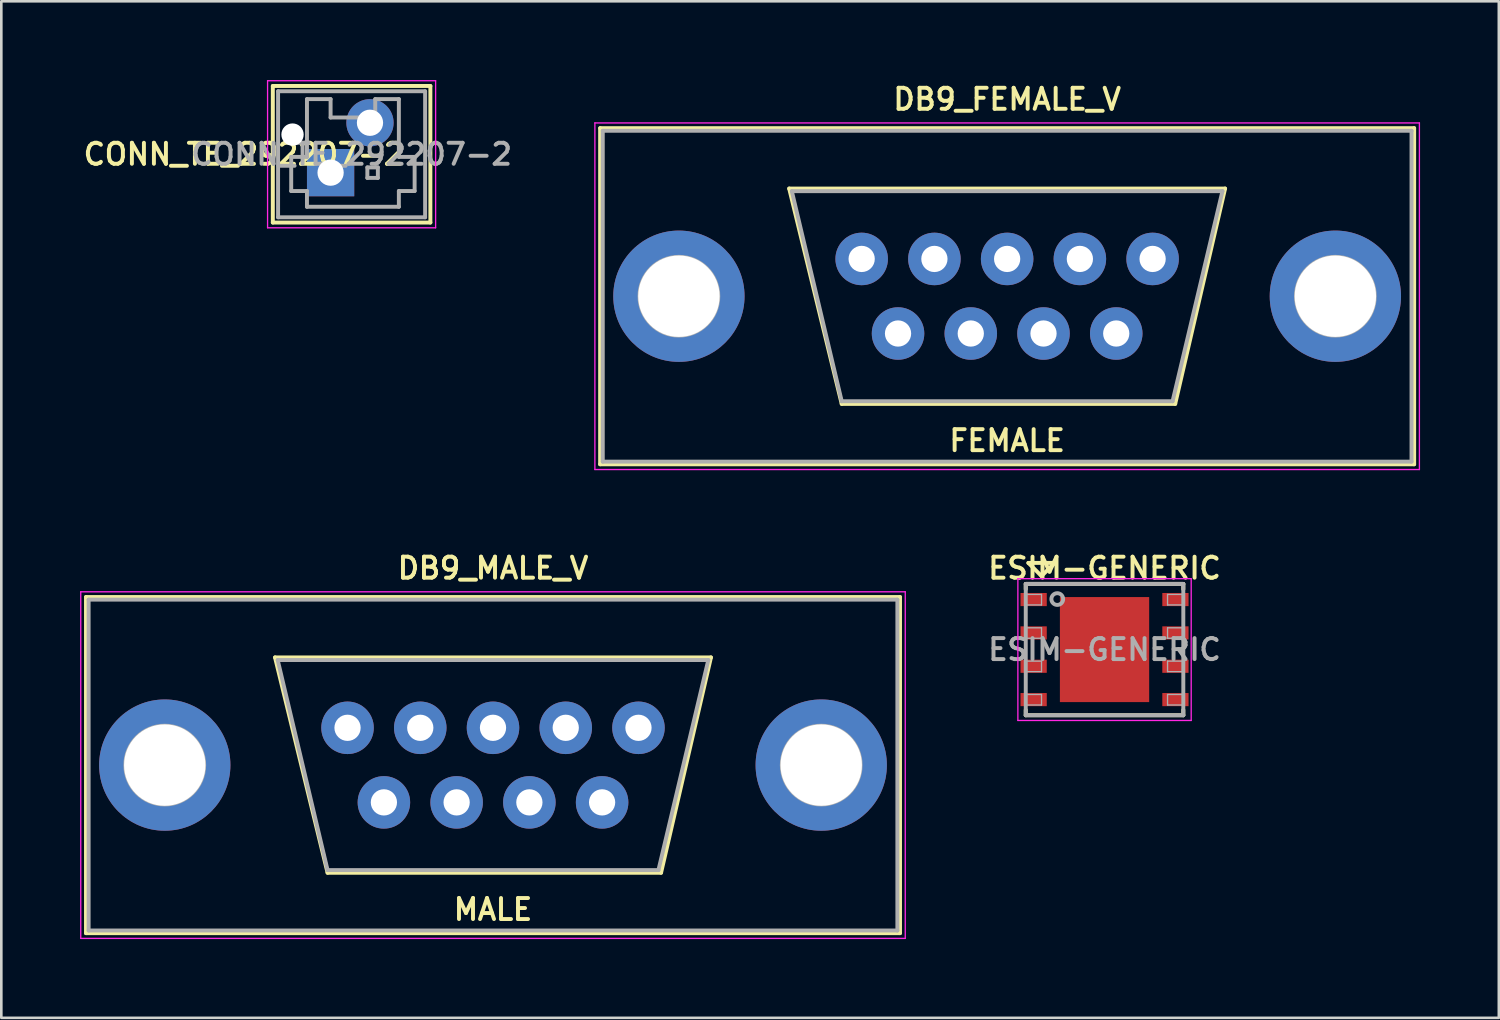
<source format=kicad_pcb>
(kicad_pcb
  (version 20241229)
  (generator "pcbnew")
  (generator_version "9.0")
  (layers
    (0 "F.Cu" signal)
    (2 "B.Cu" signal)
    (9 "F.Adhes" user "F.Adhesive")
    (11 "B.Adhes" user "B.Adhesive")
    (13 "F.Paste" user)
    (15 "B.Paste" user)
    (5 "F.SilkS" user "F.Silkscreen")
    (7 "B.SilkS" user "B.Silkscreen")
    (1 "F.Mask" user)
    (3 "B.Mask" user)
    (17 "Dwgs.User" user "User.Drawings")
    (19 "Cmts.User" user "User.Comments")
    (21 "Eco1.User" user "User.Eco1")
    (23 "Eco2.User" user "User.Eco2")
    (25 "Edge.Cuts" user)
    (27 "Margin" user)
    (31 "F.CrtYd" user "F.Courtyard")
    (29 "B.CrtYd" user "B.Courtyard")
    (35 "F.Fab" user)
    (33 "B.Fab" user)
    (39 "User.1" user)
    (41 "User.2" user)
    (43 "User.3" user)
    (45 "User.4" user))
  (footprint "DB9_MALE_V"
    (layer "F.Cu")
    (at 15.725 26.087)
    (property "Reference" "DB9_MALE_V" (at 0 -7.5 0) (layer "F.SilkS") (effects (font (size 0.8 0.8) (thickness 0.15))))
    (attr through_hole)
    (fp_line (start -15.5 -6.4) (end 15.5 -6.4) (stroke (width 0.15) (type solid)) (layer "F.SilkS"))
    (fp_line (start -15.5 6.4) (end -15.5 -6.4) (stroke (width 0.15) (type solid)) (layer "F.SilkS"))
    (fp_line (start -8.3 -4.1) (end -6.3 4.1) (stroke (width 0.15) (type solid)) (layer "F.SilkS"))
    (fp_line (start -6.3 4.1) (end 6.4 4.1) (stroke (width 0.15) (type solid)) (layer "F.SilkS"))
    (fp_line (start 6.4 4.1) (end 8.3 -4.1) (stroke (width 0.15) (type solid)) (layer "F.SilkS"))
    (fp_line (start 8.3 -4.1) (end -8.3 -4.1) (stroke (width 0.15) (type solid)) (layer "F.SilkS"))
    (fp_line (start 15.5 -6.4) (end 15.5 6.4) (stroke (width 0.15) (type solid)) (layer "F.SilkS"))
    (fp_line (start 15.5 6.4) (end -15.5 6.4) (stroke (width 0.15) (type solid)) (layer "F.SilkS"))
    (fp_line (start -15.7 -6.6) (end 15.7 -6.6) (stroke (width 0.05) (type solid)) (layer "F.CrtYd"))
    (fp_line (start -15.7 6.6) (end -15.7 -6.6) (stroke (width 0.05) (type solid)) (layer "F.CrtYd"))
    (fp_line (start 15.7 -6.6) (end 15.7 6.6) (stroke (width 0.05) (type solid)) (layer "F.CrtYd"))
    (fp_line (start 15.7 6.6) (end -15.7 6.6) (stroke (width 0.05) (type solid)) (layer "F.CrtYd"))
    (fp_line (start -15.4 -6.3) (end -15.4 6.3) (stroke (width 0.15) (type solid)) (layer "F.Fab"))
    (fp_line (start -15.4 6.3) (end 15.4 6.3) (stroke (width 0.15) (type solid)) (layer "F.Fab"))
    (fp_line (start -8.2 -4) (end 8.2 -4) (stroke (width 0.15) (type solid)) (layer "F.Fab"))
    (fp_line (start -6.3 4) (end -8.2 -4) (stroke (width 0.15) (type solid)) (layer "F.Fab"))
    (fp_line (start 6.3 4) (end -6.3 4) (stroke (width 0.15) (type solid)) (layer "F.Fab"))
    (fp_line (start 8.2 -4) (end 6.3 4) (stroke (width 0.15) (type solid)) (layer "F.Fab"))
    (fp_line (start 15.4 -6.3) (end -15.4 -6.3) (stroke (width 0.15) (type solid)) (layer "F.Fab"))
    (fp_line (start 15.4 6.3) (end 15.4 -6.3) (stroke (width 0.15) (type solid)) (layer "F.Fab"))
    (fp_circle (center -12.5 0) (end -11 0) (stroke (width 0.15) (type solid)) (fill no) (layer "F.Fab"))
    (fp_circle (center 12.5 0) (end 14 0) (stroke (width 0.15) (type solid)) (fill no) (layer "F.Fab"))
    (fp_text user "MALE" (at 0 5.5 0) (layer "F.SilkS") (effects (font (size 0.8 0.8) (thickness 0.15))))
    (pad "" np_thru_hole circle (at -12.5 0) (size 5 5) (drill 3.1) (layers "*.Cu" "*.Mask"))
    (pad "" np_thru_hole circle (at 12.5 0) (size 5 5) (drill 3.1) (layers "*.Cu" "*.Mask"))
    (pad "1" thru_hole circle (at -5.54 -1.42) (size 2 2) (drill 1) (layers "*.Cu" "*.Mask"))
    (pad "2" thru_hole circle (at -2.77 -1.42) (size 2 2) (drill 1) (layers "*.Cu" "*.Mask"))
    (pad "3" thru_hole circle (at 0 -1.42) (size 2 2) (drill 1) (layers "*.Cu" "*.Mask"))
    (pad "4" thru_hole circle (at 2.77 -1.42) (size 2 2) (drill 1) (layers "*.Cu" "*.Mask"))
    (pad "5" thru_hole circle (at 5.54 -1.42) (size 2 2) (drill 1) (layers "*.Cu" "*.Mask"))
    (pad "6" thru_hole circle (at -4.155 1.42) (size 2 2) (drill 1) (layers "*.Cu" "*.Mask"))
    (pad "7" thru_hole circle (at -1.385 1.42) (size 2 2) (drill 1) (layers "*.Cu" "*.Mask"))
    (pad "8" thru_hole circle (at 1.385 1.42) (size 2 2) (drill 1) (layers "*.Cu" "*.Mask"))
    (pad "9" thru_hole circle (at 4.155 1.42) (size 2 2) (drill 1) (layers "*.Cu" "*.Mask")))
  (footprint "CONN_TE_292207-2"
    (layer "F.Cu")
    (at 10.34 2.825)
    (property "Reference" "CONN_TE_292207-2" (at -4.1 0 0) (layer "F.SilkS") (effects (font (size 0.8 0.8) (thickness 0.15))))
    (attr through_hole)
    (fp_line (start -3 -2.6) (end 3 -2.6) (stroke (width 0.15) (type solid)) (layer "F.SilkS"))
    (fp_line (start -3 2.6) (end -3 -2.6) (stroke (width 0.15) (type solid)) (layer "F.SilkS"))
    (fp_line (start 3 -2.6) (end 3 2.6) (stroke (width 0.15) (type solid)) (layer "F.SilkS"))
    (fp_line (start 3 2.6) (end -3 2.6) (stroke (width 0.15) (type solid)) (layer "F.SilkS"))
    (fp_line (start -3.2 -2.8) (end 3.2 -2.8) (stroke (width 0.05) (type solid)) (layer "F.CrtYd"))
    (fp_line (start -3.2 2.8) (end -3.2 -2.8) (stroke (width 0.05) (type solid)) (layer "F.CrtYd"))
    (fp_line (start 3.2 -2.8) (end 3.2 2.8) (stroke (width 0.05) (type solid)) (layer "F.CrtYd"))
    (fp_line (start 3.2 2.8) (end -3.2 2.8) (stroke (width 0.05) (type solid)) (layer "F.CrtYd"))
    (fp_line (start -2.8 -2.4) (end -2.8 2.4) (stroke (width 0.15) (type solid)) (layer "F.Fab"))
    (fp_line (start -2.8 2.4) (end 2.8 2.4) (stroke (width 0.15) (type solid)) (layer "F.Fab"))
    (fp_line (start -2.3 0.1) (end -2.3 1.4) (stroke (width 0.15) (type solid)) (layer "F.Fab"))
    (fp_line (start -2.3 1.4) (end -1.7 1.4) (stroke (width 0.15) (type solid)) (layer "F.Fab"))
    (fp_line (start -1.7 0.1) (end -2.3 0.1) (stroke (width 0.15) (type solid)) (layer "F.Fab"))
    (fp_line (start -1.7 0.1) (end -1.7 -2.1) (stroke (width 0.15) (type solid)) (layer "F.Fab"))
    (fp_line (start -1.7 1.4) (end -1.7 2) (stroke (width 0.15) (type solid)) (layer "F.Fab"))
    (fp_line (start -1.7 2) (end 1.8 2) (stroke (width 0.15) (type solid)) (layer "F.Fab"))
    (fp_line (start -1 0.5) (end -0.6 0.5) (stroke (width 0.15) (type solid)) (layer "F.Fab"))
    (fp_line (start -1 0.9) (end -1 0.5) (stroke (width 0.15) (type solid)) (layer "F.Fab"))
    (fp_line (start -0.8 -2.1) (end -1.7 -2.1) (stroke (width 0.15) (type solid)) (layer "F.Fab"))
    (fp_line (start -0.8 -1.4) (end -0.8 -2.1) (stroke (width 0.15) (type solid)) (layer "F.Fab"))
    (fp_line (start -0.6 0.5) (end -0.6 0.9) (stroke (width 0.15) (type solid)) (layer "F.Fab"))
    (fp_line (start -0.6 0.9) (end -1 0.9) (stroke (width 0.15) (type solid)) (layer "F.Fab"))
    (fp_line (start 0.6 0.5) (end 0.6 0.9) (stroke (width 0.15) (type solid)) (layer "F.Fab"))
    (fp_line (start 0.6 0.9) (end 1 0.9) (stroke (width 0.15) (type solid)) (layer "F.Fab"))
    (fp_line (start 0.9 -2.1) (end 0.9 -1.4) (stroke (width 0.15) (type solid)) (layer "F.Fab"))
    (fp_line (start 0.9 -1.4) (end -0.8 -1.4) (stroke (width 0.15) (type solid)) (layer "F.Fab"))
    (fp_line (start 1 0.5) (end 0.6 0.5) (stroke (width 0.15) (type solid)) (layer "F.Fab"))
    (fp_line (start 1 0.9) (end 1 0.5) (stroke (width 0.15) (type solid)) (layer "F.Fab"))
    (fp_line (start 1.8 -2.1) (end 0.9 -2.1) (stroke (width 0.15) (type solid)) (layer "F.Fab"))
    (fp_line (start 1.8 0.1) (end 1.8 -2.1) (stroke (width 0.15) (type solid)) (layer "F.Fab"))
    (fp_line (start 1.8 1.4) (end 2.4 1.4) (stroke (width 0.15) (type solid)) (layer "F.Fab"))
    (fp_line (start 1.8 2) (end 1.8 1.4) (stroke (width 0.15) (type solid)) (layer "F.Fab"))
    (fp_line (start 2.4 0.1) (end 1.8 0.1) (stroke (width 0.15) (type solid)) (layer "F.Fab"))
    (fp_line (start 2.4 1.4) (end 2.4 0.1) (stroke (width 0.15) (type solid)) (layer "F.Fab"))
    (fp_line (start 2.8 -2.4) (end -2.8 -2.4) (stroke (width 0.15) (type solid)) (layer "F.Fab"))
    (fp_line (start 2.8 2.4) (end 2.8 -2.4) (stroke (width 0.15) (type solid)) (layer "F.Fab"))
    (fp_text user "${REFERENCE}" (at 0 0 0) (layer "F.Fab") (effects (font (size 0.8 0.8) (thickness 0.15))))
    (pad "" np_thru_hole circle (at -2.25 -0.75) (size 0.85 0.85) (drill 0.85) (layers "*.Cu" "*.Mask"))
    (pad "1" thru_hole rect (at -0.8 0.7) (size 1.8 1.8) (drill 1) (layers "*.Cu" "*.Mask"))
    (pad "2" thru_hole circle (at 0.7 -1.2) (size 1.8 1.8) (drill 1) (layers "*.Cu" "*.Mask")))
  (footprint "ESIM-GENERIC"
    (layer "F.Cu")
    (at 39.014 21.688)
    (property "Reference" "ESIM-GENERIC" (at 0 -3.1 0) (layer "F.SilkS") (effects (font (size 0.8 0.8) (thickness 0.15))))
    (attr through_hole)
    (fp_line (start -3 -2.5) (end 3 -2.5) (stroke (width 0.15) (type solid)) (layer "F.SilkS"))
    (fp_line (start -3 -2.3) (end -3 -2.5) (stroke (width 0.15) (type solid)) (layer "F.SilkS"))
    (fp_line (start -3 2.3) (end -3 2.5) (stroke (width 0.15) (type solid)) (layer "F.SilkS"))
    (fp_line (start -3 2.5) (end 3 2.5) (stroke (width 0.15) (type solid)) (layer "F.SilkS"))
    (fp_line (start -2.9 -3.3) (end -1.9 -3.3) (stroke (width 0.15) (type solid)) (layer "F.SilkS"))
    (fp_line (start -2.4 -2.8) (end -2.9 -3.3) (stroke (width 0.15) (type solid)) (layer "F.SilkS"))
    (fp_line (start -1.9 -3.3) (end -2.4 -2.8) (stroke (width 0.15) (type solid)) (layer "F.SilkS"))
    (fp_line (start 3 -2.5) (end 3 -2.3) (stroke (width 0.15) (type solid)) (layer "F.SilkS"))
    (fp_line (start 3 2.5) (end 3 2.3) (stroke (width 0.15) (type solid)) (layer "F.SilkS"))
    (fp_line (start -3.3 -2.7) (end 3.3 -2.7) (stroke (width 0.05) (type solid)) (layer "F.CrtYd"))
    (fp_line (start -3.3 2.7) (end -3.3 -2.7) (stroke (width 0.05) (type solid)) (layer "F.CrtYd"))
    (fp_line (start 3.3 -2.7) (end 3.3 2.7) (stroke (width 0.05) (type solid)) (layer "F.CrtYd"))
    (fp_line (start 3.3 2.7) (end -3.3 2.7) (stroke (width 0.05) (type solid)) (layer "F.CrtYd"))
    (fp_line (start -3 -2.5) (end 3 -2.5) (stroke (width 0.15) (type solid)) (layer "F.Fab"))
    (fp_line (start -3 -2.1) (end -2.4 -2.1) (stroke (width 0.05) (type solid)) (layer "F.Fab"))
    (fp_line (start -3 -0.83) (end -2.4 -0.83) (stroke (width 0.05) (type solid)) (layer "F.Fab"))
    (fp_line (start -3 0.44) (end -2.4 0.44) (stroke (width 0.05) (type solid)) (layer "F.Fab"))
    (fp_line (start -3 1.71) (end -2.4 1.71) (stroke (width 0.05) (type solid)) (layer "F.Fab"))
    (fp_line (start -3 2.5) (end -3 -2.5) (stroke (width 0.15) (type solid)) (layer "F.Fab"))
    (fp_line (start -2.4 -2.1) (end -2.4 -1.7) (stroke (width 0.05) (type solid)) (layer "F.Fab"))
    (fp_line (start -2.4 -1.7) (end -3 -1.7) (stroke (width 0.05) (type solid)) (layer "F.Fab"))
    (fp_line (start -2.4 -0.83) (end -2.4 -0.43) (stroke (width 0.05) (type solid)) (layer "F.Fab"))
    (fp_line (start -2.4 -0.43) (end -3 -0.43) (stroke (width 0.05) (type solid)) (layer "F.Fab"))
    (fp_line (start -2.4 0.44) (end -2.4 0.84) (stroke (width 0.05) (type solid)) (layer "F.Fab"))
    (fp_line (start -2.4 0.84) (end -3 0.84) (stroke (width 0.05) (type solid)) (layer "F.Fab"))
    (fp_line (start -2.4 1.71) (end -2.4 2.11) (stroke (width 0.05) (type solid)) (layer "F.Fab"))
    (fp_line (start -2.4 2.11) (end -3 2.11) (stroke (width 0.05) (type solid)) (layer "F.Fab"))
    (fp_line (start 2.4 -2.1) (end 2.4 -1.7) (stroke (width 0.05) (type solid)) (layer "F.Fab"))
    (fp_line (start 2.4 -2.1) (end 3 -2.1) (stroke (width 0.05) (type solid)) (layer "F.Fab"))
    (fp_line (start 2.4 -0.83) (end 2.4 -0.43) (stroke (width 0.05) (type solid)) (layer "F.Fab"))
    (fp_line (start 2.4 -0.83) (end 3 -0.83) (stroke (width 0.05) (type solid)) (layer "F.Fab"))
    (fp_line (start 2.4 0.44) (end 2.4 0.84) (stroke (width 0.05) (type solid)) (layer "F.Fab"))
    (fp_line (start 2.4 0.44) (end 3 0.44) (stroke (width 0.05) (type solid)) (layer "F.Fab"))
    (fp_line (start 2.4 1.71) (end 2.4 2.11) (stroke (width 0.05) (type solid)) (layer "F.Fab"))
    (fp_line (start 2.4 1.71) (end 3 1.71) (stroke (width 0.05) (type solid)) (layer "F.Fab"))
    (fp_line (start 3 -2.5) (end 3 2.5) (stroke (width 0.15) (type solid)) (layer "F.Fab"))
    (fp_line (start 3 -1.7) (end 2.4 -1.7) (stroke (width 0.05) (type solid)) (layer "F.Fab"))
    (fp_line (start 3 -0.43) (end 2.4 -0.43) (stroke (width 0.05) (type solid)) (layer "F.Fab"))
    (fp_line (start 3 0.84) (end 2.4 0.84) (stroke (width 0.05) (type solid)) (layer "F.Fab"))
    (fp_line (start 3 2.11) (end 2.4 2.11) (stroke (width 0.05) (type solid)) (layer "F.Fab"))
    (fp_line (start 3 2.5) (end -3 2.5) (stroke (width 0.15) (type solid)) (layer "F.Fab"))
    (fp_circle (center -1.8 -1.924) (end -1.7 -1.724) (stroke (width 0.15) (type solid)) (fill no) (layer "F.Fab"))
    (fp_text user "${REFERENCE}" (at 0 0 0) (layer "F.Fab") (effects (font (size 0.8 0.8) (thickness 0.15))))
    (pad "1" smd rect (at -2.7 -1.905) (size 1 0.5) (layers "F.Cu" "F.Mask" "F.Paste"))
    (pad "2" smd rect (at -2.7 -0.635) (size 1 0.5) (layers "F.Cu" "F.Mask" "F.Paste"))
    (pad "3" smd rect (at -2.7 0.635) (size 1 0.5) (layers "F.Cu" "F.Mask" "F.Paste"))
    (pad "4" smd rect (at -2.7 1.905) (size 1 0.5) (layers "F.Cu" "F.Mask" "F.Paste"))
    (pad "5" smd rect (at 2.7 1.905) (size 1 0.5) (layers "F.Cu" "F.Mask" "F.Paste"))
    (pad "6" smd rect (at 2.7 0.635) (size 1 0.5) (layers "F.Cu" "F.Mask" "F.Paste"))
    (pad "7" smd rect (at 2.7 -0.635) (size 1 0.5) (layers "F.Cu" "F.Mask" "F.Paste"))
    (pad "8" smd rect (at 2.7 -1.905) (size 1 0.5) (layers "F.Cu" "F.Mask" "F.Paste"))
    (pad "9" smd rect (at 0 0) (size 3.4 4) (layers "F.Cu" "F.Mask" "F.Paste")))
  (footprint "DB9_FEMALE_V"
    (layer "F.Cu")
    (at 35.305 8.231)
    (property "Reference" "DB9_FEMALE_V" (at 0 -7.5 0) (layer "F.SilkS") (effects (font (size 0.8 0.8) (thickness 0.15))))
    (attr through_hole)
    (fp_line (start -15.5 -6.4) (end 15.5 -6.4) (stroke (width 0.15) (type solid)) (layer "F.SilkS"))
    (fp_line (start -15.5 6.4) (end -15.5 -6.4) (stroke (width 0.15) (type solid)) (layer "F.SilkS"))
    (fp_line (start -8.3 -4.1) (end -6.3 4.1) (stroke (width 0.15) (type solid)) (layer "F.SilkS"))
    (fp_line (start -6.3 4.1) (end 6.4 4.1) (stroke (width 0.15) (type solid)) (layer "F.SilkS"))
    (fp_line (start 6.4 4.1) (end 8.3 -4.1) (stroke (width 0.15) (type solid)) (layer "F.SilkS"))
    (fp_line (start 8.3 -4.1) (end -8.3 -4.1) (stroke (width 0.15) (type solid)) (layer "F.SilkS"))
    (fp_line (start 15.5 -6.4) (end 15.5 6.4) (stroke (width 0.15) (type solid)) (layer "F.SilkS"))
    (fp_line (start 15.5 6.4) (end -15.5 6.4) (stroke (width 0.15) (type solid)) (layer "F.SilkS"))
    (fp_line (start -15.7 -6.6) (end 15.7 -6.6) (stroke (width 0.05) (type solid)) (layer "F.CrtYd"))
    (fp_line (start -15.7 6.6) (end -15.7 -6.6) (stroke (width 0.05) (type solid)) (layer "F.CrtYd"))
    (fp_line (start 15.7 -6.6) (end 15.7 6.6) (stroke (width 0.05) (type solid)) (layer "F.CrtYd"))
    (fp_line (start 15.7 6.6) (end -15.7 6.6) (stroke (width 0.05) (type solid)) (layer "F.CrtYd"))
    (fp_line (start -15.4 -6.3) (end -15.4 6.3) (stroke (width 0.15) (type solid)) (layer "F.Fab"))
    (fp_line (start -15.4 6.3) (end 15.4 6.3) (stroke (width 0.15) (type solid)) (layer "F.Fab"))
    (fp_line (start -8.2 -4) (end 8.2 -4) (stroke (width 0.15) (type solid)) (layer "F.Fab"))
    (fp_line (start -6.3 4) (end -8.2 -4) (stroke (width 0.15) (type solid)) (layer "F.Fab"))
    (fp_line (start 6.3 4) (end -6.3 4) (stroke (width 0.15) (type solid)) (layer "F.Fab"))
    (fp_line (start 8.2 -4) (end 6.3 4) (stroke (width 0.15) (type solid)) (layer "F.Fab"))
    (fp_line (start 15.4 -6.3) (end -15.4 -6.3) (stroke (width 0.15) (type solid)) (layer "F.Fab"))
    (fp_line (start 15.4 6.3) (end 15.4 -6.3) (stroke (width 0.15) (type solid)) (layer "F.Fab"))
    (fp_circle (center -12.5 0) (end -11 0) (stroke (width 0.15) (type solid)) (fill no) (layer "F.Fab"))
    (fp_circle (center 12.5 0) (end 14 0) (stroke (width 0.15) (type solid)) (fill no) (layer "F.Fab"))
    (fp_text user "FEMALE" (at 0 5.5 0) (layer "F.SilkS") (effects (font (size 0.8 0.8) (thickness 0.15))))
    (pad "" np_thru_hole circle (at -12.5 0) (size 5 5) (drill 3.1) (layers "*.Cu" "*.Mask"))
    (pad "" np_thru_hole circle (at 12.5 0) (size 5 5) (drill 3.1) (layers "*.Cu" "*.Mask"))
    (pad "1" thru_hole circle (at 5.54 -1.42) (size 2 2) (drill 1) (layers "*.Cu" "*.Mask"))
    (pad "2" thru_hole circle (at 2.77 -1.42) (size 2 2) (drill 1) (layers "*.Cu" "*.Mask"))
    (pad "3" thru_hole circle (at 0 -1.42) (size 2 2) (drill 1) (layers "*.Cu" "*.Mask"))
    (pad "4" thru_hole circle (at -2.77 -1.42) (size 2 2) (drill 1) (layers "*.Cu" "*.Mask"))
    (pad "5" thru_hole circle (at -5.54 -1.42) (size 2 2) (drill 1) (layers "*.Cu" "*.Mask"))
    (pad "6" thru_hole circle (at 4.155 1.42) (size 2 2) (drill 1) (layers "*.Cu" "*.Mask"))
    (pad "7" thru_hole circle (at 1.385 1.42) (size 2 2) (drill 1) (layers "*.Cu" "*.Mask"))
    (pad "8" thru_hole circle (at -1.385 1.42) (size 2 2) (drill 1) (layers "*.Cu" "*.Mask"))
    (pad "9" thru_hole circle (at -4.155 1.42) (size 2 2) (drill 1) (layers "*.Cu" "*.Mask")))
  (gr_rect
    (start -3 -3)
    (end 54.03 35.712)
    (stroke (width 0.1) (type default))
    (fill no)
    (layer "Edge.Cuts")))
</source>
